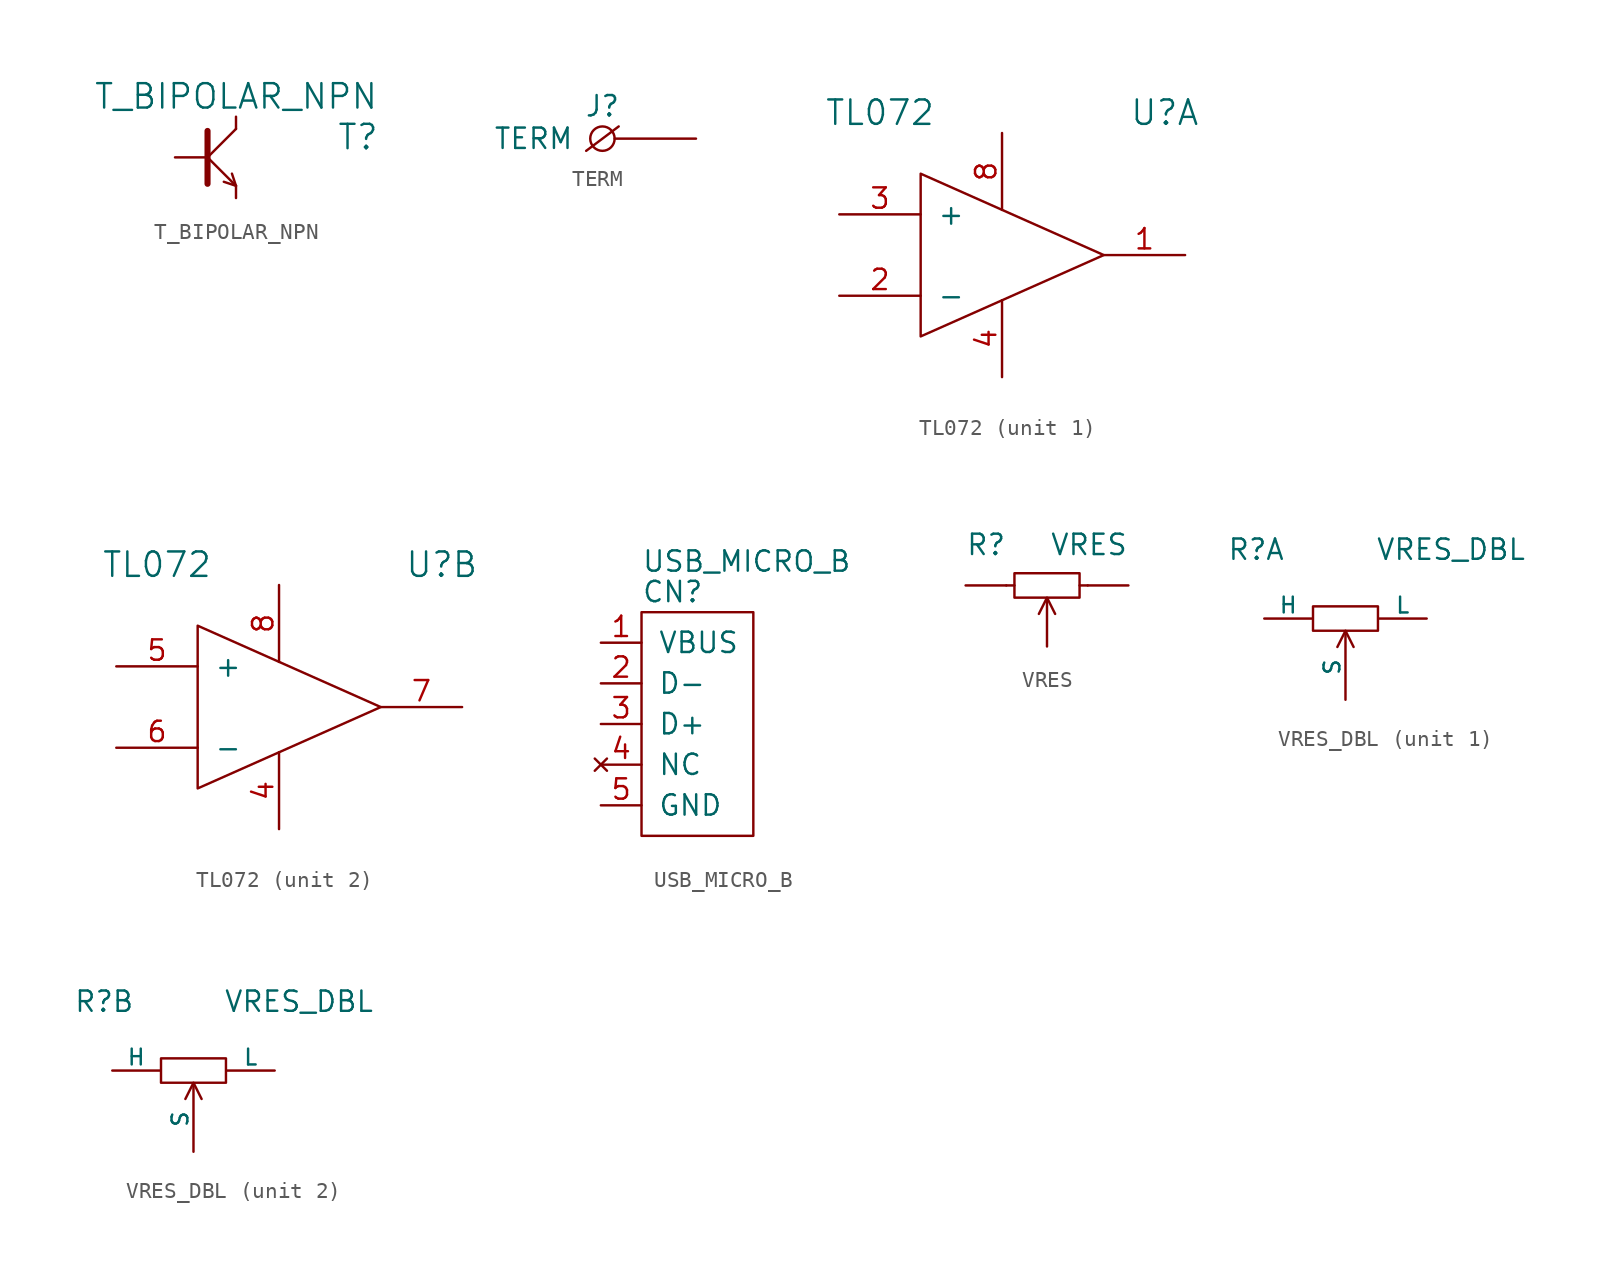
<source format=kicad_sym>
(kicad_symbol_lib
  (version 20211014)
  (generator kicad_symbol_editor)
  (symbol "T_BIPOLAR_NPN"
    (pin_numbers hide)
    (pin_names
      (offset 1.016) hide)
    (property "Reference" "T"
      (at 8.89 1.27 0)
      (effects (font (size 1.524 1.524))))
    (property "Value" "T_BIPOLAR_NPN"
      (at 1.27 3.81 0)
      (effects (font (size 1.524 1.524))))
    (property "Footprint" ""
      (at 0 0 0)
      (effects (font (size 1.524 1.524))))
    (property "Datasheet" ""
      (at 0 0 0)
      (effects (font (size 1.524 1.524))))
    (symbol "T_BIPOLAR_NPN_0_1"
      (polyline (pts (xy -0.508 0) (xy 1.27 -1.778)) (stroke (width 0) (type default) (color 0 0 0 0)) (fill (type none)))
      (polyline (pts (xy -0.508 0) (xy 1.27 1.778)) (stroke (width 0) (type default) (color 0 0 0 0)) (fill (type none)))
      (polyline (pts (xy -0.508 1.651) (xy -0.508 -1.651)) (stroke (width 0.381) (type default) (color 0 0 0 0)) (fill (type none)))
      (polyline (pts (xy 1.016 -1.016) (xy 1.27 -1.778) (xy 0.508 -1.524)) (stroke (width 0) (type default) (color 0 0 0 0)) (fill (type none))))
    (symbol "T_BIPOLAR_NPN_1_1"
      (pin passive line (at -2.54 0 0) (length 2.032) (name "B" (effects (font (size 1.27 1.27)))) (number "B" (effects (font (size 1.27 1.27)))))
      (pin passive line (at 1.27 2.54 270) (length 0.762) (name "C" (effects (font (size 1.27 1.27)))) (number "C" (effects (font (size 1.27 1.27)))))
      (pin passive line (at 1.27 -2.54 90) (length 0.762) (name "E" (effects (font (size 1.27 1.27)))) (number "E" (effects (font (size 1.27 1.27)))))))
  (symbol "TERM"
    (pin_numbers hide)
    (pin_names
      (offset 1.016) hide)
    (property "Reference" "J"
      (at -5.842 2.032 0)
      (effects (font (size 1.27 1.27))))
    (property "Value" "TERM"
      (at -7.62 0 0)
      (effects (font (size 1.27 1.27)) (justify right)))
    (property "Footprint" ""
      (at 0 3.81 0)
      (effects (font (size 1.524 1.524))))
    (property "Datasheet" ""
      (at 0 3.81 0)
      (effects (font (size 1.524 1.524))))
    (symbol "TERM_0_1"
      (circle (center -5.842 0) (radius 0.762) (stroke (width 0) (type default) (color 0 0 0 0)) (fill (type none)))
      (polyline (pts (xy -6.858 -0.762) (xy -4.826 0.762)) (stroke (width 0) (type default) (color 0 0 0 0)) (fill (type none))))
    (symbol "TERM_1_1"
      (pin passive line (at 0 0 180) (length 5.08) (name "1" (effects (font (size 1.27 1.27)))) (number "1" (effects (font (size 0.991 0.991)))))))
  (symbol "TL072"
    (pin_names
      (offset 1.016))
    (property "Reference" "U"
      (at 8.89 8.89 0)
      (effects (font (size 1.524 1.524))))
    (property "Value" "TL072"
      (at -8.89 8.89 0)
      (effects (font (size 1.524 1.524))))
    (property "Footprint" ""
      (at 0 0 0)
      (effects (font (size 1.524 1.524))))
    (property "Datasheet" ""
      (at 0 0 0)
      (effects (font (size 1.524 1.524))))
    (symbol "TL072_0_1"
      (polyline (pts (xy -6.35 5.08) (xy -6.35 -5.08) (xy 5.08 0) (xy -6.35 5.08)) (stroke (width 0) (type default) (color 0 0 0 0)) (fill (type none)))
      (pin passive line (at -1.27 -7.62 90) (length 4.801) (name "~" (effects (font (size 1.27 1.27)))) (number "4" (effects (font (size 1.27 1.27)))))
      (pin passive line (at -1.27 7.62 270) (length 4.801) (name "~" (effects (font (size 1.27 1.27)))) (number "8" (effects (font (size 1.27 1.27))))))
    (symbol "TL072_1_1"
      (pin output line (at 10.16 0 180) (length 5.08) (name "~" (effects (font (size 1.27 1.27)))) (number "1" (effects (font (size 1.27 1.27)))))
      (pin input line (at -11.43 -2.54 0) (length 5.08) (name "-" (effects (font (size 1.27 1.27)))) (number "2" (effects (font (size 1.27 1.27)))))
      (pin input line (at -11.43 2.54 0) (length 5.08) (name "+" (effects (font (size 1.27 1.27)))) (number "3" (effects (font (size 1.27 1.27))))))
    (symbol "TL072_2_1"
      (pin input line (at -11.43 2.54 0) (length 5.08) (name "+" (effects (font (size 1.27 1.27)))) (number "5" (effects (font (size 1.27 1.27)))))
      (pin input line (at -11.43 -2.54 0) (length 5.08) (name "-" (effects (font (size 1.27 1.27)))) (number "6" (effects (font (size 1.27 1.27)))))
      (pin output line (at 10.16 0 180) (length 5.08) (name "~" (effects (font (size 1.27 1.27)))) (number "7" (effects (font (size 1.27 1.27)))))))
  (symbol "USB_MICRO_B"
    (pin_names
      (offset 1.016))
    (property "Reference" "CN"
      (at 0 8.255 0)
      (effects (font (size 1.27 1.27)) (justify left)))
    (property "Value" "USB_MICRO_B"
      (at 0 10.16 0)
      (effects (font (size 1.27 1.27)) (justify left)))
    (property "Footprint" ""
      (at 0 0 0)
      (effects (font (size 1.524 1.524))))
    (property "Datasheet" ""
      (at 0 0 0)
      (effects (font (size 1.524 1.524))))
    (symbol "USB_MICRO_B_0_1"
      (rectangle (start 0 6.985) (end 6.985 -6.985) (stroke (width 0) (type default) (color 0 0 0 0)) (fill (type none))))
    (symbol "USB_MICRO_B_1_1"
      (pin passive line (at -2.54 5.08 0) (length 2.54) (name "VBUS" (effects (font (size 1.27 1.27)))) (number "1" (effects (font (size 1.27 1.27)))))
      (pin passive line (at -2.54 2.54 0) (length 2.54) (name "D-" (effects (font (size 1.27 1.27)))) (number "2" (effects (font (size 1.27 1.27)))))
      (pin passive line (at -2.54 0 0) (length 2.54) (name "D+" (effects (font (size 1.27 1.27)))) (number "3" (effects (font (size 1.27 1.27)))))
      (pin no_connect line (at -2.54 -2.54 0) (length 2.54) (name "NC" (effects (font (size 1.27 1.27)))) (number "4" (effects (font (size 1.27 1.27)))))
      (pin passive line (at -2.54 -5.08 0) (length 2.54) (name "GND" (effects (font (size 1.27 1.27)))) (number "5" (effects (font (size 1.27 1.27)))))))
  (symbol "VRES"
    (pin_numbers hide)
    (pin_names
      (offset 1.016) hide)
    (property "Reference" "R"
      (at -5.08 2.54 0)
      (effects (font (size 1.27 1.27)) (justify left)))
    (property "Value" "VRES"
      (at 5.08 2.54 0)
      (effects (font (size 1.27 1.27)) (justify right)))
    (property "Footprint" ""
      (at 0 0 0)
      (effects (font (size 1.524 1.524))))
    (property "Datasheet" ""
      (at 0 0 0)
      (effects (font (size 1.524 1.524))))
    (symbol "VRES_0_1"
      (rectangle (start -2.032 0.762) (end 2.032 -0.762) (stroke (width 0) (type default) (color 0 0 0 0)) (fill (type none)))
      (polyline (pts (xy -2.54 0) (xy -2.032 0)) (stroke (width 0) (type default) (color 0 0 0 0)) (fill (type none)))
      (polyline (pts (xy 2.032 0) (xy 2.54 0)) (stroke (width 0) (type default) (color 0 0 0 0)) (fill (type none)))
      (polyline (pts (xy -0.508 -1.778) (xy 0 -0.762) (xy 0.508 -1.778)) (stroke (width 0) (type default) (color 0 0 0 0)) (fill (type none))))
    (symbol "VRES_1_1"
      (pin passive line (at -5.08 0 0) (length 2.54) (name "1" (effects (font (size 1.27 1.27)))) (number "1" (effects (font (size 1.27 1.27)))))
      (pin passive line (at 0 -3.81 90) (length 2.997) (name "2" (effects (font (size 1.27 1.27)))) (number "2" (effects (font (size 0.991 0.991)))))
      (pin passive line (at 5.08 0 180) (length 2.54) (name "3" (effects (font (size 1.27 1.27)))) (number "3" (effects (font (size 1.27 1.27)))))))
  (symbol "VRES_DBL"
    (pin_numbers hide)
    (pin_names
      (offset 0))
    (property "Reference" "R"
      (at -5.588 4.318 0)
      (effects (font (size 1.27 1.27))))
    (property "Value" "VRES_DBL"
      (at 6.604 4.318 0)
      (effects (font (size 1.27 1.27))))
    (property "Footprint" ""
      (at 0 0 0)
      (effects (font (size 1.524 1.524))))
    (property "Datasheet" ""
      (at 0 0 0)
      (effects (font (size 1.524 1.524))))
    (symbol "VRES_DBL_0_1"
      (rectangle (start -2.032 0.762) (end 2.032 -0.762) (stroke (width 0) (type default) (color 0 0 0 0)) (fill (type none)))
      (polyline (pts (xy 0.508 -1.778) (xy 0 -0.762) (xy -0.508 -1.778)) (stroke (width 0) (type default) (color 0 0 0 0)) (fill (type none))))
    (symbol "VRES_DBL_1_1"
      (pin passive line (at -5.08 0 0) (length 2.997) (name "H" (effects (font (size 0.991 0.991)))) (number "1" (effects (font (size 0.991 0.991)))))
      (pin passive line (at 0 -5.08 90) (length 4.089) (name "S" (effects (font (size 0.991 0.991)))) (number "2" (effects (font (size 0.991 0.991)))))
      (pin passive line (at 5.08 0 180) (length 2.997) (name "L" (effects (font (size 0.991 0.991)))) (number "3" (effects (font (size 0.991 0.991))))))
    (symbol "VRES_DBL_2_1"
      (pin passive line (at -5.08 0 0) (length 2.997) (name "H" (effects (font (size 0.991 0.991)))) (number "4" (effects (font (size 0.991 0.991)))))
      (pin passive line (at 0 -5.08 90) (length 4.089) (name "S" (effects (font (size 0.991 0.991)))) (number "5" (effects (font (size 0.991 0.991)))))
      (pin passive line (at 5.08 0 180) (length 2.997) (name "L" (effects (font (size 0.991 0.991)))) (number "6" (effects (font (size 0.991 0.991))))))))
</source>
